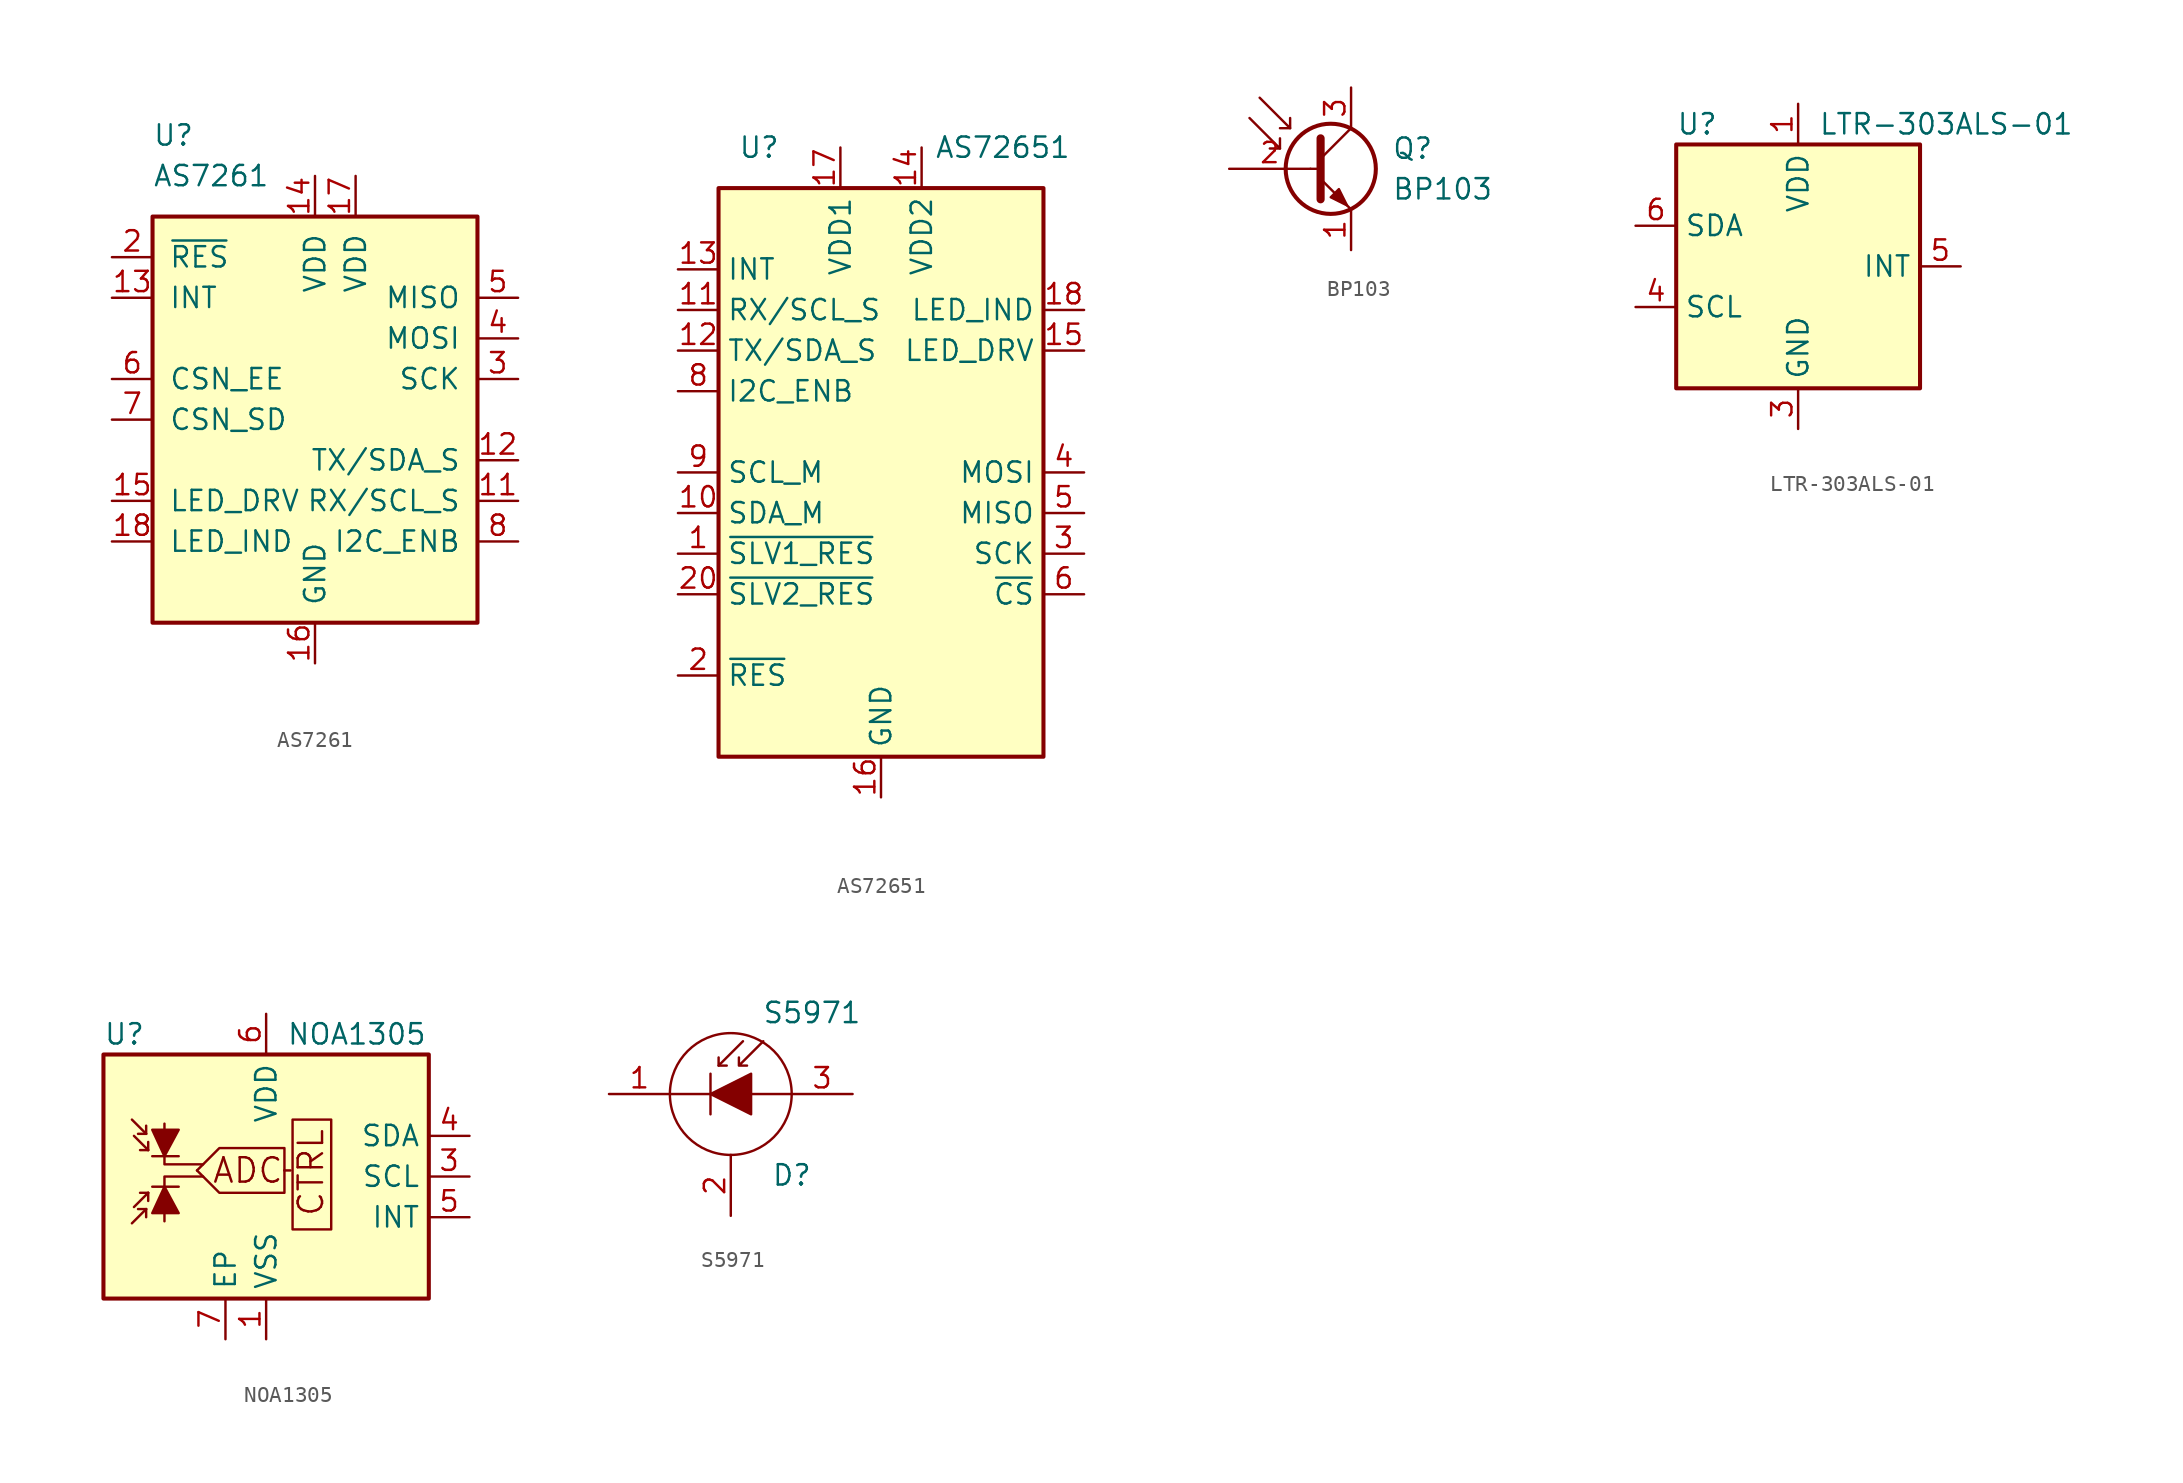
<source format=kicad_sym>
(kicad_symbol_lib
  (version 20200908)
  (generator kicad_symbol_editor)
  (symbol "Sensor_Optical:AS7261"
    (pin_names
      (offset 1.016))
    (property "Reference" "U"
      (at -10.16 17.78 0)
      (effects (font (size 1.27 1.27)) (justify left)))
    (property "Value" "AS7261"
      (at -10.16 15.24 0)
      (effects (font (size 1.27 1.27)) (justify left)))
    (symbol "AS7261_0_1"
      (rectangle (start -10.16 12.7) (end 10.16 -12.7) (stroke (width 0.254)) (fill (type background))))
    (symbol "AS7261_1_1"
      (pin unconnected line (at 12.7 10.16 180) (length 2.54) hide (name "NF" (effects (font (size 1.27 1.27)))) (number "1" (effects (font (size 1.27 1.27)))))
      (pin unconnected line (at -12.7 5.08 0) (length 2.54) hide (name "NF" (effects (font (size 1.27 1.27)))) (number "10" (effects (font (size 1.27 1.27)))))
      (pin input line (at 12.7 -5.08 180) (length 2.54) (name "RX/SCL_S" (effects (font (size 1.27 1.27)))) (number "11" (effects (font (size 1.27 1.27)))))
      (pin bidirectional line (at 12.7 -2.54 180) (length 2.54) (name "TX/SDA_S" (effects (font (size 1.27 1.27)))) (number "12" (effects (font (size 1.27 1.27)))))
      (pin input line (at -12.7 7.62 0) (length 2.54) (name "INT" (effects (font (size 1.27 1.27)))) (number "13" (effects (font (size 1.27 1.27)))))
      (pin power_in line (at 0 15.24 270) (length 2.54) (name "VDD" (effects (font (size 1.27 1.27)))) (number "14" (effects (font (size 1.27 1.27)))))
      (pin output line (at -12.7 -5.08 0) (length 2.54) (name "LED_DRV" (effects (font (size 1.27 1.27)))) (number "15" (effects (font (size 1.27 1.27)))))
      (pin power_in line (at 0 -15.24 90) (length 2.54) (name "GND" (effects (font (size 1.27 1.27)))) (number "16" (effects (font (size 1.27 1.27)))))
      (pin power_in line (at 2.54 15.24 270) (length 2.54) (name "VDD" (effects (font (size 1.27 1.27)))) (number "17" (effects (font (size 1.27 1.27)))))
      (pin output line (at -12.7 -7.62 0) (length 2.54) (name "LED_IND" (effects (font (size 1.27 1.27)))) (number "18" (effects (font (size 1.27 1.27)))))
      (pin unconnected line (at -12.7 -2.54 0) (length 2.54) hide (name "NF" (effects (font (size 1.27 1.27)))) (number "19" (effects (font (size 1.27 1.27)))))
      (pin input line (at -12.7 10.16 0) (length 2.54) (name "~RES" (effects (font (size 1.27 1.27)))) (number "2" (effects (font (size 1.27 1.27)))))
      (pin unconnected line (at -12.7 -10.16 0) (length 2.54) hide (name "NF" (effects (font (size 1.27 1.27)))) (number "20" (effects (font (size 1.27 1.27)))))
      (pin input line (at 12.7 2.54 180) (length 2.54) (name "SCK" (effects (font (size 1.27 1.27)))) (number "3" (effects (font (size 1.27 1.27)))))
      (pin bidirectional line (at 12.7 5.08 180) (length 2.54) (name "MOSI" (effects (font (size 1.27 1.27)))) (number "4" (effects (font (size 1.27 1.27)))))
      (pin bidirectional line (at 12.7 7.62 180) (length 2.54) (name "MISO" (effects (font (size 1.27 1.27)))) (number "5" (effects (font (size 1.27 1.27)))))
      (pin input line (at -12.7 2.54 0) (length 2.54) (name "CSN_EE" (effects (font (size 1.27 1.27)))) (number "6" (effects (font (size 1.27 1.27)))))
      (pin input line (at -12.7 0 0) (length 2.54) (name "CSN_SD" (effects (font (size 1.27 1.27)))) (number "7" (effects (font (size 1.27 1.27)))))
      (pin input line (at 12.7 -7.62 180) (length 2.54) (name "I2C_ENB" (effects (font (size 1.27 1.27)))) (number "8" (effects (font (size 1.27 1.27)))))
      (pin unconnected line (at 12.7 -10.16 180) (length 2.54) hide (name "NF" (effects (font (size 1.27 1.27)))) (number "9" (effects (font (size 1.27 1.27)))))))
  (symbol "Sensor_Optical:AS72651"
    (property "Reference" "U"
      (at -7.62 20.32 0)
      (effects (font (size 1.27 1.27))))
    (property "Value" "AS72651"
      (at 7.62 20.32 0)
      (effects (font (size 1.27 1.27))))
    (symbol "AS72651_0_1"
      (rectangle (start 10.16 -17.78) (end -10.16 17.78) (stroke (width 0.254)) (fill (type background))))
    (symbol "AS72651_1_1"
      (pin output line (at -12.7 -5.08 0) (length 2.54) (name "~SLV1_RES" (effects (font (size 1.27 1.27)))) (number "1" (effects (font (size 1.27 1.27)))))
      (pin bidirectional line (at -12.7 -2.54 0) (length 2.54) (name "SDA_M" (effects (font (size 1.27 1.27)))) (number "10" (effects (font (size 1.27 1.27)))))
      (pin input line (at -12.7 10.16 0) (length 2.54) (name "RX/SCL_S" (effects (font (size 1.27 1.27)))) (number "11" (effects (font (size 1.27 1.27)))))
      (pin bidirectional line (at -12.7 7.62 0) (length 2.54) (name "TX/SDA_S" (effects (font (size 1.27 1.27)))) (number "12" (effects (font (size 1.27 1.27)))))
      (pin output line (at -12.7 12.7 0) (length 2.54) (name "INT" (effects (font (size 1.27 1.27)))) (number "13" (effects (font (size 1.27 1.27)))))
      (pin power_in line (at 2.54 20.32 270) (length 2.54) (name "VDD2" (effects (font (size 1.27 1.27)))) (number "14" (effects (font (size 1.27 1.27)))))
      (pin output line (at 12.7 7.62 180) (length 2.54) (name "LED_DRV" (effects (font (size 1.27 1.27)))) (number "15" (effects (font (size 1.27 1.27)))))
      (pin power_in line (at 0 -20.32 90) (length 2.54) (name "GND" (effects (font (size 1.27 1.27)))) (number "16" (effects (font (size 1.27 1.27)))))
      (pin power_in line (at -2.54 20.32 270) (length 2.54) (name "VDD1" (effects (font (size 1.27 1.27)))) (number "17" (effects (font (size 1.27 1.27)))))
      (pin output line (at 12.7 10.16 180) (length 2.54) (name "LED_IND" (effects (font (size 1.27 1.27)))) (number "18" (effects (font (size 1.27 1.27)))))
      (pin unconnected line (at 10.16 -12.7 180) (length 2.54) hide (name "NC" (effects (font (size 1.27 1.27)))) (number "19" (effects (font (size 1.27 1.27)))))
      (pin input line (at -12.7 -12.7 0) (length 2.54) (name "~RES" (effects (font (size 1.27 1.27)))) (number "2" (effects (font (size 1.27 1.27)))))
      (pin output line (at -12.7 -7.62 0) (length 2.54) (name "~SLV2_RES" (effects (font (size 1.27 1.27)))) (number "20" (effects (font (size 1.27 1.27)))))
      (pin output line (at 12.7 -5.08 180) (length 2.54) (name "SCK" (effects (font (size 1.27 1.27)))) (number "3" (effects (font (size 1.27 1.27)))))
      (pin output line (at 12.7 0 180) (length 2.54) (name "MOSI" (effects (font (size 1.27 1.27)))) (number "4" (effects (font (size 1.27 1.27)))))
      (pin input line (at 12.7 -2.54 180) (length 2.54) (name "MISO" (effects (font (size 1.27 1.27)))) (number "5" (effects (font (size 1.27 1.27)))))
      (pin output line (at 12.7 -7.62 180) (length 2.54) (name "~CS" (effects (font (size 1.27 1.27)))) (number "6" (effects (font (size 1.27 1.27)))))
      (pin unconnected line (at 10.16 -10.16 180) (length 2.54) hide (name "NC" (effects (font (size 1.27 1.27)))) (number "7" (effects (font (size 1.27 1.27)))))
      (pin input line (at -12.7 5.08 0) (length 2.54) (name "I2C_ENB" (effects (font (size 1.27 1.27)))) (number "8" (effects (font (size 1.27 1.27)))))
      (pin output line (at -12.7 0 0) (length 2.54) (name "SCL_M" (effects (font (size 1.27 1.27)))) (number "9" (effects (font (size 1.27 1.27)))))))
  (symbol "Sensor_Optical:BP103"
    (pin_names
      (offset 0) hide)
    (property "Reference" "Q"
      (at 5.08 1.27 0)
      (effects (font (size 1.27 1.27)) (justify left)))
    (property "Value" "BP103"
      (at 5.08 -1.27 0)
      (effects (font (size 1.27 1.27)) (justify left)))
    (symbol "BP103_0_1"
      (circle (center 1.27 0) (radius 2.819) (stroke (width 0.254)) (fill (type none)))
      (polyline (pts (xy -1.905 1.27) (xy -2.54 1.27)) (stroke (width 0)) (fill (type none)))
      (polyline (pts (xy -1.27 2.54) (xy -1.905 2.54)) (stroke (width 0)) (fill (type none)))
      (polyline (pts (xy 0.635 0.635) (xy 2.54 2.54)) (stroke (width 0)) (fill (type none)))
      (polyline (pts (xy -3.81 3.175) (xy -1.905 1.27) (xy -1.905 1.905)) (stroke (width 0)) (fill (type none)))
      (polyline (pts (xy -3.175 4.445) (xy -1.27 2.54) (xy -1.27 3.175)) (stroke (width 0)) (fill (type none)))
      (polyline (pts (xy 0.635 -0.635) (xy 2.54 -2.54) (xy 2.54 -2.54)) (stroke (width 0)) (fill (type none)))
      (polyline (pts (xy 0.635 1.905) (xy 0.635 -1.905) (xy 0.635 -1.905)) (stroke (width 0.508)) (fill (type none)))
      (polyline (pts (xy 1.27 -1.778) (xy 1.778 -1.27) (xy 2.286 -2.286) (xy 1.27 -1.778) (xy 1.27 -1.778)) (stroke (width 0)) (fill (type outline))))
    (symbol "BP103_0_0"
      (polyline (pts (xy 0 0) (xy 0.635 0)) (stroke (width 0)) (fill (type none))))
    (symbol "BP103_1_1"
      (pin passive line (at 2.54 -5.08 90) (length 2.54) (name "E" (effects (font (size 1.27 1.27)))) (number "1" (effects (font (size 1.27 1.27)))))
      (pin input line (at -5.08 0 0) (length 5.08) (name "B" (effects (font (size 1.27 1.27)))) (number "2" (effects (font (size 1.27 1.27)))))
      (pin passive line (at 2.54 5.08 270) (length 2.54) (name "C" (effects (font (size 1.27 1.27)))) (number "3" (effects (font (size 1.27 1.27)))))))
  (symbol "Sensor_Optical:LTR-303ALS-01"
    (property "Reference" "U"
      (at -7.62 8.89 0)
      (effects (font (size 1.27 1.27)) (justify left)))
    (property "Value" "LTR-303ALS-01"
      (at 1.27 8.89 0)
      (effects (font (size 1.27 1.27)) (justify left)))
    (symbol "LTR-303ALS-01_0_1"
      (rectangle (start -7.62 7.62) (end 7.62 -7.62) (stroke (width 0.254)) (fill (type background))))
    (symbol "LTR-303ALS-01_1_1"
      (pin power_in line (at 0 10.16 270) (length 2.54) (name "VDD" (effects (font (size 1.27 1.27)))) (number "1" (effects (font (size 1.27 1.27)))))
      (pin unconnected line (at 2.54 0 180) (length 2.54) hide (name "NC" (effects (font (size 1.27 1.27)))) (number "2" (effects (font (size 1.27 1.27)))))
      (pin power_in line (at 0 -10.16 90) (length 2.54) (name "GND" (effects (font (size 1.27 1.27)))) (number "3" (effects (font (size 1.27 1.27)))))
      (pin input line (at -10.16 -2.54 0) (length 2.54) (name "SCL" (effects (font (size 1.27 1.27)))) (number "4" (effects (font (size 1.27 1.27)))))
      (pin open_collector line (at 10.16 0 180) (length 2.54) (name "INT" (effects (font (size 1.27 1.27)))) (number "5" (effects (font (size 1.27 1.27)))))
      (pin bidirectional line (at -10.16 2.54 0) (length 2.54) (name "SDA" (effects (font (size 1.27 1.27)))) (number "6" (effects (font (size 1.27 1.27)))))))
  (symbol "Sensor_Optical:NOA1305"
    (property "Reference" "U"
      (at -10.16 8.89 0)
      (effects (font (size 1.27 1.27)) (justify left)))
    (property "Value" "NOA1305"
      (at 1.27 8.89 0)
      (effects (font (size 1.27 1.27)) (justify left)))
    (symbol "NOA1305_0_0"
      (text "ADC" (at -1.143 0.381 0) (effects (font (size 1.524 1.524))))
      (text "CTRL" (at 2.794 0.254 900) (effects (font (size 1.524 1.524))))
      (rectangle (start 1.651 3.556) (end 4.064 -3.302) (stroke (width 0)) (fill (type none)))
      (polyline (pts (xy 1.143 0.381) (xy 1.524 0.381)) (stroke (width 0)) (fill (type none)))
      (polyline (pts (xy -6.35 -2.794) (xy -6.35 0) (xy -3.937 0)) (stroke (width 0)) (fill (type none)))
      (polyline (pts (xy -6.35 3.302) (xy -6.35 0.762) (xy -3.937 0.762)) (stroke (width 0)) (fill (type none)))
      (polyline (pts (xy -4.318 0.381) (xy -2.921 -1.016) (xy 1.143 -1.016) (xy 1.143 0.381)) (stroke (width 0)) (fill (type none)))
      (polyline (pts (xy -4.318 0.381) (xy -2.921 1.778) (xy 1.143 1.778) (xy 1.143 0.381)) (stroke (width 0)) (fill (type none))))
    (symbol "NOA1305_0_1"
      (rectangle (start 10.16 7.62) (end -10.16 -7.62) (stroke (width 0.254)) (fill (type background)))
      (polyline (pts (xy -7.493 -2.032) (xy -8.382 -2.921)) (stroke (width 0)) (fill (type none)))
      (polyline (pts (xy -7.493 -2.032) (xy -8.001 -2.032)) (stroke (width 0)) (fill (type none)))
      (polyline (pts (xy -7.493 -2.032) (xy -7.493 -2.54)) (stroke (width 0)) (fill (type none)))
      (polyline (pts (xy -7.493 2.667) (xy -8.382 3.556)) (stroke (width 0)) (fill (type none)))
      (polyline (pts (xy -7.493 2.667) (xy -8.001 2.667)) (stroke (width 0)) (fill (type none)))
      (polyline (pts (xy -7.493 2.667) (xy -7.493 3.175)) (stroke (width 0)) (fill (type none)))
      (polyline (pts (xy -7.366 -1.016) (xy -8.255 -1.905)) (stroke (width 0)) (fill (type none)))
      (polyline (pts (xy -7.366 -1.016) (xy -7.874 -1.016)) (stroke (width 0)) (fill (type none)))
      (polyline (pts (xy -7.366 -1.016) (xy -7.366 -1.524)) (stroke (width 0)) (fill (type none)))
      (polyline (pts (xy -7.366 1.651) (xy -8.255 2.54)) (stroke (width 0)) (fill (type none)))
      (polyline (pts (xy -7.366 1.651) (xy -7.874 1.651)) (stroke (width 0)) (fill (type none)))
      (polyline (pts (xy -7.366 1.651) (xy -7.366 2.159)) (stroke (width 0)) (fill (type none)))
      (polyline (pts (xy -7.112 -0.635) (xy -5.461 -0.635)) (stroke (width 0)) (fill (type none)))
      (polyline (pts (xy -7.112 1.27) (xy -5.461 1.27)) (stroke (width 0)) (fill (type none)))
      (polyline (pts (xy -7.112 -2.286) (xy -5.461 -2.286) (xy -6.35 -0.635) (xy -7.112 -2.286)) (stroke (width 0)) (fill (type outline)))
      (polyline (pts (xy -7.112 2.921) (xy -5.461 2.921) (xy -6.35 1.27) (xy -7.112 2.921)) (stroke (width 0)) (fill (type outline))))
    (symbol "NOA1305_1_1"
      (pin power_in line (at 0 -10.16 90) (length 2.54) (name "VSS" (effects (font (size 1.27 1.27)))) (number "1" (effects (font (size 1.27 1.27)))))
      (pin unconnected line (at -10.16 5.08 0) (length 2.54) hide (name "NC" (effects (font (size 1.27 1.27)))) (number "2" (effects (font (size 1.27 1.27)))))
      (pin input line (at 12.7 0 180) (length 2.54) (name "SCL" (effects (font (size 1.27 1.27)))) (number "3" (effects (font (size 1.27 1.27)))))
      (pin bidirectional line (at 12.7 2.54 180) (length 2.54) (name "SDA" (effects (font (size 1.27 1.27)))) (number "4" (effects (font (size 1.27 1.27)))))
      (pin open_collector line (at 12.7 -2.54 180) (length 2.54) (name "INT" (effects (font (size 1.27 1.27)))) (number "5" (effects (font (size 1.27 1.27)))))
      (pin power_in line (at 0 10.16 270) (length 2.54) (name "VDD" (effects (font (size 1.27 1.27)))) (number "6" (effects (font (size 1.27 1.27)))))
      (pin passive line (at -2.54 -10.16 90) (length 2.54) (name "EP" (effects (font (size 1.27 1.27)))) (number "7" (effects (font (size 1.27 1.27)))))))
  (symbol "Sensor_Optical:S5971"
    (pin_names
      (offset 0.254) hide)
    (property "Reference" "D"
      (at 2.54 -5.08 0)
      (effects (font (size 1.27 1.27)) (justify left)))
    (property "Value" "S5971"
      (at 5.08 5.08 0)
      (effects (font (size 1.27 1.27))))
    (symbol "S5971_0_1"
      (circle (center 0 0) (radius 3.81) (stroke (width 0)) (fill (type none)))
      (polyline (pts (xy -1.27 0) (xy -3.81 0)) (stroke (width 0)) (fill (type none)))
      (polyline (pts (xy -1.27 1.27) (xy -1.27 -1.27)) (stroke (width 0.152)) (fill (type none)))
      (polyline (pts (xy -0.762 1.778) (xy -0.254 1.778)) (stroke (width 0)) (fill (type none)))
      (polyline (pts (xy 3.81 0) (xy 1.27 0)) (stroke (width 0)) (fill (type none)))
      (polyline (pts (xy 0.762 3.302) (xy -0.762 1.778) (xy -0.762 2.286)) (stroke (width 0)) (fill (type none)))
      (polyline (pts (xy -1.27 0) (xy 1.27 1.27) (xy 1.27 -1.27) (xy -1.27 0)) (stroke (width 0)) (fill (type outline)))
      (polyline (pts (xy 2.032 3.302) (xy 0.508 1.778) (xy 0.508 2.286) (xy 0.508 1.778) (xy 1.016 1.778)) (stroke (width 0)) (fill (type none))))
    (symbol "S5971_0_0"
      (pin passive line (at 0 -7.62 90) (length 3.81) (name "C" (effects (font (size 1.27 1.27)))) (number "2" (effects (font (size 1.27 1.27))))))
    (symbol "S5971_1_1"
      (pin passive line (at -7.62 0 0) (length 3.81) (name "K" (effects (font (size 1.27 1.27)))) (number "1" (effects (font (size 1.27 1.27)))))
      (pin passive line (at 7.62 0 180) (length 3.81) (name "A" (effects (font (size 1.27 1.27)))) (number "3" (effects (font (size 1.27 1.27))))))))
</source>
